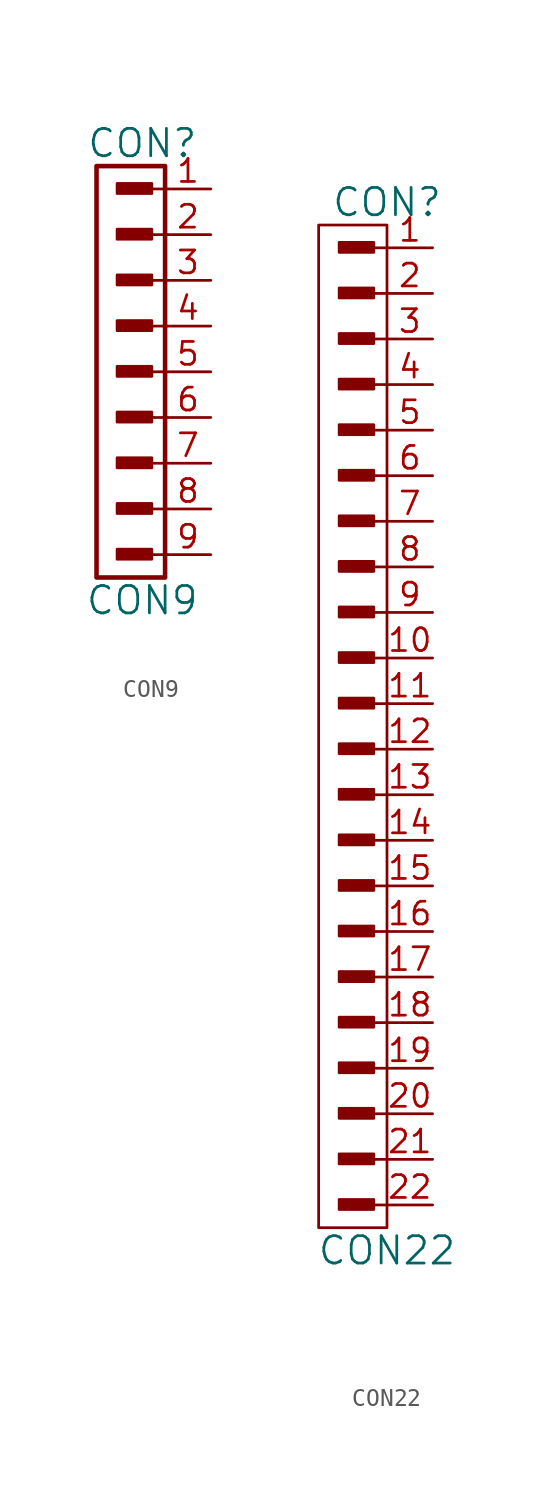
<source format=kicad_sym>
(kicad_symbol_lib
  (version 20211014)
  (generator kicad_symbol_editor)
  (symbol "CON9"
    (pin_names
      (offset 1.016))
    (property "Reference" "CON"
      (at -1.27 12.7 0)
      (effects (font (size 1.524 1.524))))
    (property "Value" "CON9"
      (at -1.27 -12.7 0)
      (effects (font (size 1.524 1.524))))
    (property "Footprint" ""
      (at -1.905 8.89 0)
      (effects (font (size 1.524 1.524))))
    (property "Datasheet" ""
      (at -1.905 8.89 0)
      (effects (font (size 1.524 1.524))))
    (symbol "CON9_0_0"
      (rectangle (start -2.642 -7.772) (end -0.864 -7.417) (stroke (width 0) (type default) (color 0 0 0 0)) (fill (type none)))
      (rectangle (start -2.642 -5.232) (end -0.864 -4.877) (stroke (width 0) (type default) (color 0 0 0 0)) (fill (type none)))
      (rectangle (start -2.642 -2.692) (end -0.864 -2.337) (stroke (width 0) (type default) (color 0 0 0 0)) (fill (type none)))
      (rectangle (start -2.642 -0.152) (end -0.864 0.203) (stroke (width 0) (type default) (color 0 0 0 0)) (fill (type none)))
      (rectangle (start -2.642 2.388) (end -0.864 2.743) (stroke (width 0) (type default) (color 0 0 0 0)) (fill (type none)))
      (rectangle (start -2.642 4.928) (end -0.864 5.283) (stroke (width 0) (type default) (color 0 0 0 0)) (fill (type none)))
      (rectangle (start -2.642 7.468) (end -0.864 7.823) (stroke (width 0) (type default) (color 0 0 0 0)) (fill (type none)))
      (rectangle (start -2.616 -10.312) (end -0.838 -9.957) (stroke (width 0) (type default) (color 0 0 0 0)) (fill (type none)))
      (rectangle (start -2.616 -7.671) (end -0.965 -7.569) (stroke (width 0) (type default) (color 0 0 0 0)) (fill (type none)))
      (rectangle (start -2.616 -5.131) (end -0.965 -5.029) (stroke (width 0) (type default) (color 0 0 0 0)) (fill (type none)))
      (rectangle (start -2.616 -2.591) (end -0.965 -2.489) (stroke (width 0) (type default) (color 0 0 0 0)) (fill (type none)))
      (rectangle (start -2.616 -0.051) (end -0.965 0.051) (stroke (width 0) (type default) (color 0 0 0 0)) (fill (type none)))
      (rectangle (start -2.616 2.489) (end -0.965 2.591) (stroke (width 0) (type default) (color 0 0 0 0)) (fill (type none)))
      (rectangle (start -2.616 5.029) (end -0.965 5.131) (stroke (width 0) (type default) (color 0 0 0 0)) (fill (type none)))
      (rectangle (start -2.616 7.569) (end -0.965 7.671) (stroke (width 0) (type default) (color 0 0 0 0)) (fill (type none)))
      (rectangle (start -2.616 10.008) (end -0.838 10.363) (stroke (width 0) (type default) (color 0 0 0 0)) (fill (type none)))
      (rectangle (start -2.591 -10.185) (end -0.94 -10.084) (stroke (width 0) (type default) (color 0 0 0 0)) (fill (type none)))
      (rectangle (start -2.591 10.135) (end -0.94 10.236) (stroke (width 0) (type default) (color 0 0 0 0)) (fill (type none)))
      (rectangle (start -0.965 -7.493) (end -2.642 -7.696) (stroke (width 0) (type default) (color 0 0 0 0)) (fill (type none)))
      (rectangle (start -0.965 -4.953) (end -2.642 -5.156) (stroke (width 0) (type default) (color 0 0 0 0)) (fill (type none)))
      (rectangle (start -0.965 -2.413) (end -2.642 -2.616) (stroke (width 0) (type default) (color 0 0 0 0)) (fill (type none)))
      (rectangle (start -0.965 0.127) (end -2.642 -0.076) (stroke (width 0) (type default) (color 0 0 0 0)) (fill (type none)))
      (rectangle (start -0.965 2.667) (end -2.642 2.464) (stroke (width 0) (type default) (color 0 0 0 0)) (fill (type none)))
      (rectangle (start -0.965 5.207) (end -2.642 5.004) (stroke (width 0) (type default) (color 0 0 0 0)) (fill (type none)))
      (rectangle (start -0.965 7.747) (end -2.642 7.544) (stroke (width 0) (type default) (color 0 0 0 0)) (fill (type none)))
      (rectangle (start -0.864 -10.058) (end -2.54 -10.262) (stroke (width 0) (type default) (color 0 0 0 0)) (fill (type none)))
      (rectangle (start -0.864 10.262) (end -2.54 10.058) (stroke (width 0) (type default) (color 0 0 0 0)) (fill (type none)))
      (rectangle (start -0.737 -9.855) (end -2.667 -10.414) (stroke (width 0) (type default) (color 0 0 0 0)) (fill (type none)))
      (rectangle (start -0.737 -7.315) (end -2.667 -7.874) (stroke (width 0) (type default) (color 0 0 0 0)) (fill (type none)))
      (rectangle (start -0.737 -4.775) (end -2.667 -5.334) (stroke (width 0) (type default) (color 0 0 0 0)) (fill (type none)))
      (rectangle (start -0.737 -2.235) (end -2.667 -2.794) (stroke (width 0) (type default) (color 0 0 0 0)) (fill (type none)))
      (rectangle (start -0.737 0.305) (end -2.667 -0.254) (stroke (width 0) (type default) (color 0 0 0 0)) (fill (type none)))
      (rectangle (start -0.737 2.845) (end -2.667 2.286) (stroke (width 0) (type default) (color 0 0 0 0)) (fill (type none)))
      (rectangle (start -0.737 5.385) (end -2.667 4.826) (stroke (width 0) (type default) (color 0 0 0 0)) (fill (type none)))
      (rectangle (start -0.737 7.925) (end -2.667 7.366) (stroke (width 0) (type default) (color 0 0 0 0)) (fill (type none)))
      (rectangle (start -0.737 10.465) (end -2.667 9.906) (stroke (width 0) (type default) (color 0 0 0 0)) (fill (type none)))
      (polyline (pts (xy 0 -10.16) (xy -0.762 -10.16)) (stroke (width 0) (type default) (color 0 0 0 0)) (fill (type none)))
      (polyline (pts (xy 0 -7.62) (xy -0.762 -7.62)) (stroke (width 0) (type default) (color 0 0 0 0)) (fill (type none)))
      (polyline (pts (xy 0 -5.08) (xy -0.762 -5.08)) (stroke (width 0) (type default) (color 0 0 0 0)) (fill (type none)))
      (polyline (pts (xy 0 -2.54) (xy -0.762 -2.54)) (stroke (width 0) (type default) (color 0 0 0 0)) (fill (type none)))
      (polyline (pts (xy 0 0) (xy -0.762 0)) (stroke (width 0) (type default) (color 0 0 0 0)) (fill (type none)))
      (polyline (pts (xy 0 2.54) (xy -0.762 2.54)) (stroke (width 0) (type default) (color 0 0 0 0)) (fill (type none)))
      (polyline (pts (xy 0 5.08) (xy -0.762 5.08)) (stroke (width 0) (type default) (color 0 0 0 0)) (fill (type none)))
      (polyline (pts (xy 0 7.62) (xy -0.762 7.62)) (stroke (width 0) (type default) (color 0 0 0 0)) (fill (type none)))
      (polyline (pts (xy 0 10.16) (xy -0.762 10.16)) (stroke (width 0) (type default) (color 0 0 0 0)) (fill (type none))))
    (symbol "CON9_0_1"
      (rectangle (start 0 11.43) (end -3.81 -11.43) (stroke (width 0.254) (type default) (color 0 0 0 0)) (fill (type none))))
    (symbol "CON9_1_1"
      (pin passive line (at 2.54 10.16 180) (length 2.54) (name "~" (effects (font (size 1.27 1.27)))) (number "1" (effects (font (size 1.27 1.27)))))
      (pin passive line (at 2.54 7.62 180) (length 2.54) (name "~" (effects (font (size 1.27 1.27)))) (number "2" (effects (font (size 1.27 1.27)))))
      (pin passive line (at 2.54 5.08 180) (length 2.54) (name "~" (effects (font (size 1.27 1.27)))) (number "3" (effects (font (size 1.27 1.27)))))
      (pin passive line (at 2.54 2.54 180) (length 2.54) (name "~" (effects (font (size 1.27 1.27)))) (number "4" (effects (font (size 1.27 1.27)))))
      (pin passive line (at 2.54 0 180) (length 2.54) (name "~" (effects (font (size 1.27 1.27)))) (number "5" (effects (font (size 1.27 1.27)))))
      (pin passive line (at 2.54 -2.54 180) (length 2.54) (name "~" (effects (font (size 1.27 1.27)))) (number "6" (effects (font (size 1.27 1.27)))))
      (pin passive line (at 2.54 -5.08 180) (length 2.54) (name "~" (effects (font (size 1.27 1.27)))) (number "7" (effects (font (size 1.27 1.27)))))
      (pin passive line (at 2.54 -7.62 180) (length 2.54) (name "~" (effects (font (size 1.27 1.27)))) (number "8" (effects (font (size 1.27 1.27)))))
      (pin passive line (at 2.54 -10.16 180) (length 2.54) (name "~" (effects (font (size 1.27 1.27)))) (number "9" (effects (font (size 1.27 1.27)))))))
  (symbol "CON22"
    (pin_names
      (offset 1.016))
    (property "Reference" "CON"
      (at 0 29.21 0)
      (effects (font (size 1.524 1.524))))
    (property "Value" "CON22"
      (at 0 -29.21 0)
      (effects (font (size 1.524 1.524))))
    (property "Datasheet" ""
      (at -1.905 25.4 0)
      (effects (font (size 1.524 1.524))))
    (symbol "CON22_0_0"
      (rectangle (start -2.642 -26.822) (end -0.864 -26.467) (stroke (width 0) (type default) (color 0 0 0 0)) (fill (type none)))
      (rectangle (start -2.642 -24.282) (end -0.864 -23.927) (stroke (width 0) (type default) (color 0 0 0 0)) (fill (type none)))
      (rectangle (start -2.642 -21.742) (end -0.864 -21.387) (stroke (width 0) (type default) (color 0 0 0 0)) (fill (type none)))
      (rectangle (start -2.642 -16.662) (end -0.864 -16.307) (stroke (width 0) (type default) (color 0 0 0 0)) (fill (type none)))
      (rectangle (start -2.642 -14.122) (end -0.864 -13.767) (stroke (width 0) (type default) (color 0 0 0 0)) (fill (type none)))
      (rectangle (start -2.642 -11.582) (end -0.864 -11.227) (stroke (width 0) (type default) (color 0 0 0 0)) (fill (type none)))
      (rectangle (start -2.642 -9.042) (end -0.864 -8.687) (stroke (width 0) (type default) (color 0 0 0 0)) (fill (type none)))
      (rectangle (start -2.642 -6.502) (end -0.864 -6.147) (stroke (width 0) (type default) (color 0 0 0 0)) (fill (type none)))
      (rectangle (start -2.642 -3.962) (end -0.864 -3.607) (stroke (width 0) (type default) (color 0 0 0 0)) (fill (type none)))
      (rectangle (start -2.642 -1.422) (end -0.864 -1.067) (stroke (width 0) (type default) (color 0 0 0 0)) (fill (type none)))
      (rectangle (start -2.642 3.658) (end -0.864 4.013) (stroke (width 0) (type default) (color 0 0 0 0)) (fill (type none)))
      (rectangle (start -2.642 8.738) (end -0.864 9.093) (stroke (width 0) (type default) (color 0 0 0 0)) (fill (type none)))
      (rectangle (start -2.642 11.278) (end -0.864 11.633) (stroke (width 0) (type default) (color 0 0 0 0)) (fill (type none)))
      (rectangle (start -2.642 13.818) (end -0.864 14.173) (stroke (width 0) (type default) (color 0 0 0 0)) (fill (type none)))
      (rectangle (start -2.642 16.358) (end -0.864 16.713) (stroke (width 0) (type default) (color 0 0 0 0)) (fill (type none)))
      (rectangle (start -2.642 18.898) (end -0.864 19.253) (stroke (width 0) (type default) (color 0 0 0 0)) (fill (type none)))
      (rectangle (start -2.642 21.438) (end -0.864 21.793) (stroke (width 0) (type default) (color 0 0 0 0)) (fill (type none)))
      (rectangle (start -2.642 23.978) (end -0.864 24.333) (stroke (width 0) (type default) (color 0 0 0 0)) (fill (type none)))
      (rectangle (start -2.616 -26.721) (end -0.965 -26.619) (stroke (width 0) (type default) (color 0 0 0 0)) (fill (type none)))
      (rectangle (start -2.616 -24.181) (end -0.965 -24.079) (stroke (width 0) (type default) (color 0 0 0 0)) (fill (type none)))
      (rectangle (start -2.616 -21.641) (end -0.965 -21.539) (stroke (width 0) (type default) (color 0 0 0 0)) (fill (type none)))
      (rectangle (start -2.616 -19.202) (end -0.838 -18.847) (stroke (width 0) (type default) (color 0 0 0 0)) (fill (type none)))
      (rectangle (start -2.616 -16.561) (end -0.965 -16.459) (stroke (width 0) (type default) (color 0 0 0 0)) (fill (type none)))
      (rectangle (start -2.616 -14.021) (end -0.965 -13.919) (stroke (width 0) (type default) (color 0 0 0 0)) (fill (type none)))
      (rectangle (start -2.616 -11.481) (end -0.965 -11.379) (stroke (width 0) (type default) (color 0 0 0 0)) (fill (type none)))
      (rectangle (start -2.616 -8.941) (end -0.965 -8.839) (stroke (width 0) (type default) (color 0 0 0 0)) (fill (type none)))
      (rectangle (start -2.616 -6.401) (end -0.965 -6.299) (stroke (width 0) (type default) (color 0 0 0 0)) (fill (type none)))
      (rectangle (start -2.616 -3.861) (end -0.965 -3.759) (stroke (width 0) (type default) (color 0 0 0 0)) (fill (type none)))
      (rectangle (start -2.616 -1.321) (end -0.965 -1.219) (stroke (width 0) (type default) (color 0 0 0 0)) (fill (type none)))
      (rectangle (start -2.616 1.118) (end -0.838 1.473) (stroke (width 0) (type default) (color 0 0 0 0)) (fill (type none)))
      (rectangle (start -2.616 3.759) (end -0.965 3.861) (stroke (width 0) (type default) (color 0 0 0 0)) (fill (type none)))
      (rectangle (start -2.616 6.198) (end -0.838 6.553) (stroke (width 0) (type default) (color 0 0 0 0)) (fill (type none)))
      (rectangle (start -2.616 8.839) (end -0.965 8.941) (stroke (width 0) (type default) (color 0 0 0 0)) (fill (type none)))
      (rectangle (start -2.616 11.379) (end -0.965 11.481) (stroke (width 0) (type default) (color 0 0 0 0)) (fill (type none)))
      (rectangle (start -2.616 13.919) (end -0.965 14.021) (stroke (width 0) (type default) (color 0 0 0 0)) (fill (type none)))
      (rectangle (start -2.616 16.459) (end -0.965 16.561) (stroke (width 0) (type default) (color 0 0 0 0)) (fill (type none)))
      (rectangle (start -2.616 18.999) (end -0.965 19.101) (stroke (width 0) (type default) (color 0 0 0 0)) (fill (type none)))
      (rectangle (start -2.616 21.539) (end -0.965 21.641) (stroke (width 0) (type default) (color 0 0 0 0)) (fill (type none)))
      (rectangle (start -2.616 24.079) (end -0.965 24.181) (stroke (width 0) (type default) (color 0 0 0 0)) (fill (type none)))
      (rectangle (start -2.616 26.518) (end -0.838 26.873) (stroke (width 0) (type default) (color 0 0 0 0)) (fill (type none)))
      (rectangle (start -2.591 -19.075) (end -0.94 -18.974) (stroke (width 0) (type default) (color 0 0 0 0)) (fill (type none)))
      (rectangle (start -2.591 1.245) (end -0.94 1.346) (stroke (width 0) (type default) (color 0 0 0 0)) (fill (type none)))
      (rectangle (start -2.591 6.325) (end -0.94 6.426) (stroke (width 0) (type default) (color 0 0 0 0)) (fill (type none)))
      (rectangle (start -2.591 26.645) (end -0.94 26.746) (stroke (width 0) (type default) (color 0 0 0 0)) (fill (type none)))
      (rectangle (start -0.965 -26.543) (end -2.642 -26.746) (stroke (width 0) (type default) (color 0 0 0 0)) (fill (type none)))
      (rectangle (start -0.965 -24.003) (end -2.642 -24.206) (stroke (width 0) (type default) (color 0 0 0 0)) (fill (type none)))
      (rectangle (start -0.965 -21.463) (end -2.642 -21.666) (stroke (width 0) (type default) (color 0 0 0 0)) (fill (type none)))
      (rectangle (start -0.965 -16.383) (end -2.642 -16.586) (stroke (width 0) (type default) (color 0 0 0 0)) (fill (type none)))
      (rectangle (start -0.965 -13.843) (end -2.642 -14.046) (stroke (width 0) (type default) (color 0 0 0 0)) (fill (type none)))
      (rectangle (start -0.965 -11.303) (end -2.642 -11.506) (stroke (width 0) (type default) (color 0 0 0 0)) (fill (type none)))
      (rectangle (start -0.965 -8.763) (end -2.642 -8.966) (stroke (width 0) (type default) (color 0 0 0 0)) (fill (type none)))
      (rectangle (start -0.965 -6.223) (end -2.642 -6.426) (stroke (width 0) (type default) (color 0 0 0 0)) (fill (type none)))
      (rectangle (start -0.965 -3.683) (end -2.642 -3.886) (stroke (width 0) (type default) (color 0 0 0 0)) (fill (type none)))
      (rectangle (start -0.965 -1.143) (end -2.642 -1.346) (stroke (width 0) (type default) (color 0 0 0 0)) (fill (type none)))
      (rectangle (start -0.965 3.937) (end -2.642 3.734) (stroke (width 0) (type default) (color 0 0 0 0)) (fill (type none)))
      (rectangle (start -0.965 9.017) (end -2.642 8.814) (stroke (width 0) (type default) (color 0 0 0 0)) (fill (type none)))
      (rectangle (start -0.965 11.557) (end -2.642 11.354) (stroke (width 0) (type default) (color 0 0 0 0)) (fill (type none)))
      (rectangle (start -0.965 14.097) (end -2.642 13.894) (stroke (width 0) (type default) (color 0 0 0 0)) (fill (type none)))
      (rectangle (start -0.965 16.637) (end -2.642 16.434) (stroke (width 0) (type default) (color 0 0 0 0)) (fill (type none)))
      (rectangle (start -0.965 19.177) (end -2.642 18.974) (stroke (width 0) (type default) (color 0 0 0 0)) (fill (type none)))
      (rectangle (start -0.965 21.717) (end -2.642 21.514) (stroke (width 0) (type default) (color 0 0 0 0)) (fill (type none)))
      (rectangle (start -0.965 24.257) (end -2.642 24.054) (stroke (width 0) (type default) (color 0 0 0 0)) (fill (type none)))
      (rectangle (start -0.864 -18.948) (end -2.54 -19.152) (stroke (width 0) (type default) (color 0 0 0 0)) (fill (type none)))
      (rectangle (start -0.864 1.372) (end -2.54 1.168) (stroke (width 0) (type default) (color 0 0 0 0)) (fill (type none)))
      (rectangle (start -0.864 6.452) (end -2.54 6.248) (stroke (width 0) (type default) (color 0 0 0 0)) (fill (type none)))
      (rectangle (start -0.864 26.772) (end -2.54 26.568) (stroke (width 0) (type default) (color 0 0 0 0)) (fill (type none)))
      (rectangle (start -0.737 -26.365) (end -2.667 -26.924) (stroke (width 0) (type default) (color 0 0 0 0)) (fill (type none)))
      (rectangle (start -0.737 -23.825) (end -2.667 -24.384) (stroke (width 0) (type default) (color 0 0 0 0)) (fill (type none)))
      (rectangle (start -0.737 -21.285) (end -2.667 -21.844) (stroke (width 0) (type default) (color 0 0 0 0)) (fill (type none)))
      (rectangle (start -0.737 -18.745) (end -2.667 -19.304) (stroke (width 0) (type default) (color 0 0 0 0)) (fill (type none)))
      (rectangle (start -0.737 -16.205) (end -2.667 -16.764) (stroke (width 0) (type default) (color 0 0 0 0)) (fill (type none)))
      (rectangle (start -0.737 -13.665) (end -2.667 -14.224) (stroke (width 0) (type default) (color 0 0 0 0)) (fill (type none)))
      (rectangle (start -0.737 -11.125) (end -2.667 -11.684) (stroke (width 0) (type default) (color 0 0 0 0)) (fill (type none)))
      (rectangle (start -0.737 -8.585) (end -2.667 -9.144) (stroke (width 0) (type default) (color 0 0 0 0)) (fill (type none)))
      (rectangle (start -0.737 -6.045) (end -2.667 -6.604) (stroke (width 0) (type default) (color 0 0 0 0)) (fill (type none)))
      (rectangle (start -0.737 -3.505) (end -2.667 -4.064) (stroke (width 0) (type default) (color 0 0 0 0)) (fill (type none)))
      (rectangle (start -0.737 -0.965) (end -2.667 -1.524) (stroke (width 0) (type default) (color 0 0 0 0)) (fill (type none)))
      (rectangle (start -0.737 1.575) (end -2.667 1.016) (stroke (width 0) (type default) (color 0 0 0 0)) (fill (type none)))
      (rectangle (start -0.737 4.115) (end -2.667 3.556) (stroke (width 0) (type default) (color 0 0 0 0)) (fill (type none)))
      (rectangle (start -0.737 6.655) (end -2.667 6.096) (stroke (width 0) (type default) (color 0 0 0 0)) (fill (type none)))
      (rectangle (start -0.737 9.195) (end -2.667 8.636) (stroke (width 0) (type default) (color 0 0 0 0)) (fill (type none)))
      (rectangle (start -0.737 11.735) (end -2.667 11.176) (stroke (width 0) (type default) (color 0 0 0 0)) (fill (type none)))
      (rectangle (start -0.737 14.275) (end -2.667 13.716) (stroke (width 0) (type default) (color 0 0 0 0)) (fill (type none)))
      (rectangle (start -0.737 16.815) (end -2.667 16.256) (stroke (width 0) (type default) (color 0 0 0 0)) (fill (type none)))
      (rectangle (start -0.737 19.355) (end -2.667 18.796) (stroke (width 0) (type default) (color 0 0 0 0)) (fill (type none)))
      (rectangle (start -0.737 21.895) (end -2.667 21.336) (stroke (width 0) (type default) (color 0 0 0 0)) (fill (type none)))
      (rectangle (start -0.737 24.435) (end -2.667 23.876) (stroke (width 0) (type default) (color 0 0 0 0)) (fill (type none)))
      (rectangle (start -0.737 26.975) (end -2.667 26.416) (stroke (width 0) (type default) (color 0 0 0 0)) (fill (type none)))
      (polyline (pts (xy 0 -26.67) (xy -0.762 -26.67)) (stroke (width 0) (type default) (color 0 0 0 0)) (fill (type none)))
      (polyline (pts (xy 0 -24.13) (xy -0.762 -24.13)) (stroke (width 0) (type default) (color 0 0 0 0)) (fill (type none)))
      (polyline (pts (xy 0 -21.59) (xy -0.762 -21.59)) (stroke (width 0) (type default) (color 0 0 0 0)) (fill (type none)))
      (polyline (pts (xy 0 -19.05) (xy -0.762 -19.05)) (stroke (width 0) (type default) (color 0 0 0 0)) (fill (type none)))
      (polyline (pts (xy 0 -16.51) (xy -0.762 -16.51)) (stroke (width 0) (type default) (color 0 0 0 0)) (fill (type none)))
      (polyline (pts (xy 0 -13.97) (xy -0.762 -13.97)) (stroke (width 0) (type default) (color 0 0 0 0)) (fill (type none)))
      (polyline (pts (xy 0 -11.43) (xy -0.762 -11.43)) (stroke (width 0) (type default) (color 0 0 0 0)) (fill (type none)))
      (polyline (pts (xy 0 -8.89) (xy -0.762 -8.89)) (stroke (width 0) (type default) (color 0 0 0 0)) (fill (type none)))
      (polyline (pts (xy 0 -6.35) (xy -0.762 -6.35)) (stroke (width 0) (type default) (color 0 0 0 0)) (fill (type none)))
      (polyline (pts (xy 0 -3.81) (xy -0.762 -3.81)) (stroke (width 0) (type default) (color 0 0 0 0)) (fill (type none)))
      (polyline (pts (xy 0 -1.27) (xy -0.762 -1.27)) (stroke (width 0) (type default) (color 0 0 0 0)) (fill (type none)))
      (polyline (pts (xy 0 1.27) (xy -0.762 1.27)) (stroke (width 0) (type default) (color 0 0 0 0)) (fill (type none)))
      (polyline (pts (xy 0 3.81) (xy -0.762 3.81)) (stroke (width 0) (type default) (color 0 0 0 0)) (fill (type none)))
      (polyline (pts (xy 0 6.35) (xy -0.762 6.35)) (stroke (width 0) (type default) (color 0 0 0 0)) (fill (type none)))
      (polyline (pts (xy 0 8.89) (xy -0.762 8.89)) (stroke (width 0) (type default) (color 0 0 0 0)) (fill (type none)))
      (polyline (pts (xy 0 11.43) (xy -0.762 11.43)) (stroke (width 0) (type default) (color 0 0 0 0)) (fill (type none)))
      (polyline (pts (xy 0 13.97) (xy -0.762 13.97)) (stroke (width 0) (type default) (color 0 0 0 0)) (fill (type none)))
      (polyline (pts (xy 0 16.51) (xy -0.762 16.51)) (stroke (width 0) (type default) (color 0 0 0 0)) (fill (type none)))
      (polyline (pts (xy 0 19.05) (xy -0.762 19.05)) (stroke (width 0) (type default) (color 0 0 0 0)) (fill (type none)))
      (polyline (pts (xy 0 21.59) (xy -0.762 21.59)) (stroke (width 0) (type default) (color 0 0 0 0)) (fill (type none)))
      (polyline (pts (xy 0 24.13) (xy -0.762 24.13)) (stroke (width 0) (type default) (color 0 0 0 0)) (fill (type none)))
      (polyline (pts (xy 0 26.67) (xy -0.762 26.67)) (stroke (width 0) (type default) (color 0 0 0 0)) (fill (type none))))
    (symbol "CON22_0_1"
      (rectangle (start -3.81 27.94) (end 0 -27.94) (stroke (width 0) (type default) (color 0 0 0 0)) (fill (type none))))
    (symbol "CON22_1_1"
      (pin passive line (at 2.54 26.67 180) (length 2.54) (name "~" (effects (font (size 1.27 1.27)))) (number "1" (effects (font (size 1.27 1.27)))))
      (pin passive line (at 2.54 3.81 180) (length 2.54) (name "~" (effects (font (size 1.27 1.27)))) (number "10" (effects (font (size 1.27 1.27)))))
      (pin passive line (at 2.54 1.27 180) (length 2.54) (name "~" (effects (font (size 1.27 1.27)))) (number "11" (effects (font (size 1.27 1.27)))))
      (pin passive line (at 2.54 -1.27 180) (length 2.54) (name "~" (effects (font (size 1.27 1.27)))) (number "12" (effects (font (size 1.27 1.27)))))
      (pin passive line (at 2.54 -3.81 180) (length 2.54) (name "~" (effects (font (size 1.27 1.27)))) (number "13" (effects (font (size 1.27 1.27)))))
      (pin passive line (at 2.54 -6.35 180) (length 2.54) (name "~" (effects (font (size 1.27 1.27)))) (number "14" (effects (font (size 1.27 1.27)))))
      (pin passive line (at 2.54 -8.89 180) (length 2.54) (name "~" (effects (font (size 1.27 1.27)))) (number "15" (effects (font (size 1.27 1.27)))))
      (pin passive line (at 2.54 -11.43 180) (length 2.54) (name "~" (effects (font (size 1.27 1.27)))) (number "16" (effects (font (size 1.27 1.27)))))
      (pin passive line (at 2.54 -13.97 180) (length 2.54) (name "~" (effects (font (size 1.27 1.27)))) (number "17" (effects (font (size 1.27 1.27)))))
      (pin passive line (at 2.54 -16.51 180) (length 2.54) (name "~" (effects (font (size 1.27 1.27)))) (number "18" (effects (font (size 1.27 1.27)))))
      (pin passive line (at 2.54 -19.05 180) (length 2.54) (name "~" (effects (font (size 1.27 1.27)))) (number "19" (effects (font (size 1.27 1.27)))))
      (pin passive line (at 2.54 24.13 180) (length 2.54) (name "~" (effects (font (size 1.27 1.27)))) (number "2" (effects (font (size 1.27 1.27)))))
      (pin passive line (at 2.54 -21.59 180) (length 2.54) (name "~" (effects (font (size 1.27 1.27)))) (number "20" (effects (font (size 1.27 1.27)))))
      (pin passive line (at 2.54 -24.13 180) (length 2.54) (name "~" (effects (font (size 1.27 1.27)))) (number "21" (effects (font (size 1.27 1.27)))))
      (pin passive line (at 2.54 -26.67 180) (length 2.54) (name "~" (effects (font (size 1.27 1.27)))) (number "22" (effects (font (size 1.27 1.27)))))
      (pin passive line (at 2.54 21.59 180) (length 2.54) (name "~" (effects (font (size 1.27 1.27)))) (number "3" (effects (font (size 1.27 1.27)))))
      (pin passive line (at 2.54 19.05 180) (length 2.54) (name "~" (effects (font (size 1.27 1.27)))) (number "4" (effects (font (size 1.27 1.27)))))
      (pin passive line (at 2.54 16.51 180) (length 2.54) (name "~" (effects (font (size 1.27 1.27)))) (number "5" (effects (font (size 1.27 1.27)))))
      (pin passive line (at 2.54 13.97 180) (length 2.54) (name "~" (effects (font (size 1.27 1.27)))) (number "6" (effects (font (size 1.27 1.27)))))
      (pin passive line (at 2.54 11.43 180) (length 2.54) (name "~" (effects (font (size 1.27 1.27)))) (number "7" (effects (font (size 1.27 1.27)))))
      (pin passive line (at 2.54 8.89 180) (length 2.54) (name "~" (effects (font (size 1.27 1.27)))) (number "8" (effects (font (size 1.27 1.27)))))
      (pin passive line (at 2.54 6.35 180) (length 2.54) (name "~" (effects (font (size 1.27 1.27)))) (number "9" (effects (font (size 1.27 1.27))))))))
</source>
